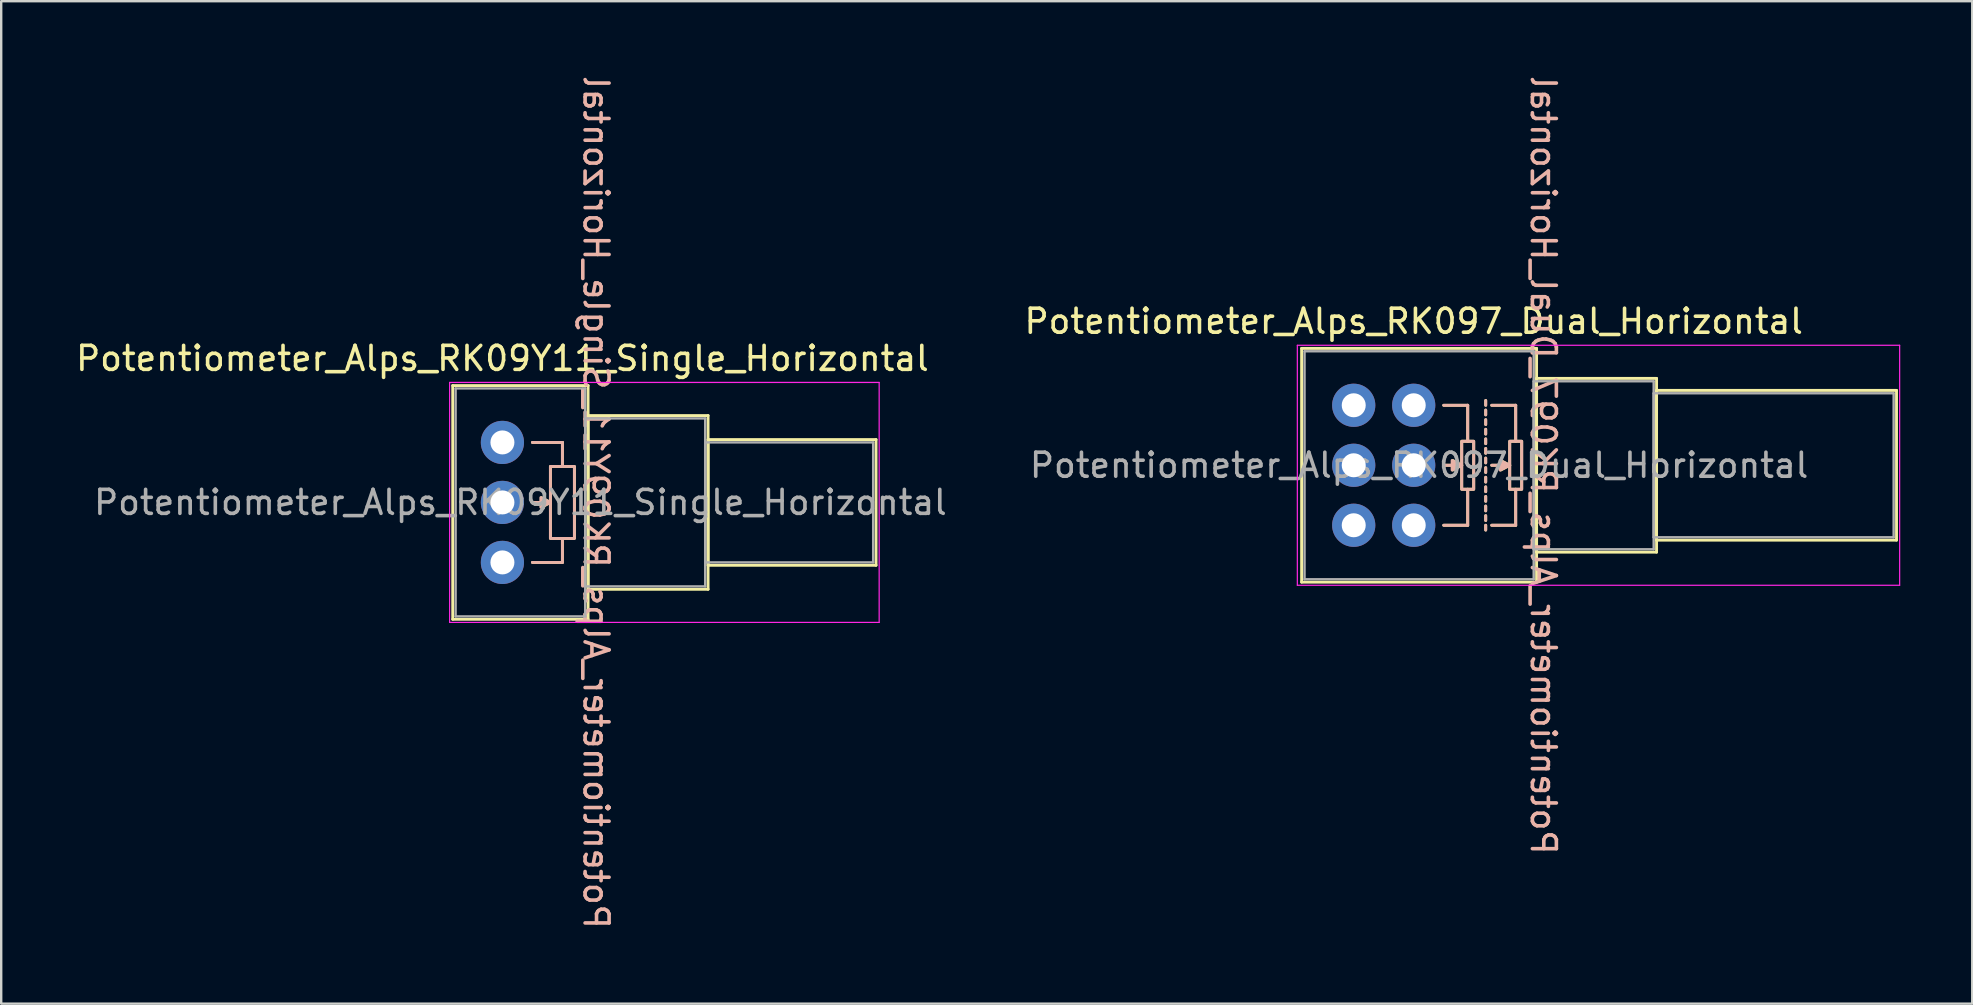
<source format=kicad_pcb>
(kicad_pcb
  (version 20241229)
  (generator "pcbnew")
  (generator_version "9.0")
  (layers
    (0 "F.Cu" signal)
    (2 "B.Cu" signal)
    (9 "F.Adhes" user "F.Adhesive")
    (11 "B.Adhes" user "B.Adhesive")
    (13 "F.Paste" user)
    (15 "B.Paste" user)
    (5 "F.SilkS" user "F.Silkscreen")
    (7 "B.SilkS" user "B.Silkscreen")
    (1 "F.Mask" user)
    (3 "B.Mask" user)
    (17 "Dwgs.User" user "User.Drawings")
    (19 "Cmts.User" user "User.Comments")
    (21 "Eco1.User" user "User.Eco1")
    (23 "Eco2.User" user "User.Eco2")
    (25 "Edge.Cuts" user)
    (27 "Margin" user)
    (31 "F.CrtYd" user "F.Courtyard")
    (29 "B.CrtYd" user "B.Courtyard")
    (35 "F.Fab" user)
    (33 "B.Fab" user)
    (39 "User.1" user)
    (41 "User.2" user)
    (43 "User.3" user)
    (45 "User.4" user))
  (footprint "Potentiometer_Alps_RK097_Dual_Horizontal"
    (layer "F.Cu")
    (at 55.863 18.839)
    (property "Reference" "Potentiometer_Alps_RK097_Dual_Horizontal" (at 0 -8.5 0) (layer "F.SilkS") (effects (font (size 1 1) (thickness 0.15))))
    (attr through_hole)
    (fp_line (start -4.671 -7.37) (end -4.671 2.37) (stroke (width 0.12) (type solid)) (layer "F.SilkS"))
    (fp_line (start -4.671 -7.37) (end 5.12 -7.37) (stroke (width 0.12) (type solid)) (layer "F.SilkS"))
    (fp_line (start -4.671 2.37) (end 5.12 2.37) (stroke (width 0.12) (type solid)) (layer "F.SilkS"))
    (fp_line (start 2 -2.5) (end 1.25 -2.5) (stroke (width 0.12) (type solid)) (layer "F.SilkS"))
    (fp_line (start 2.25 -5) (end 1.25 -5) (stroke (width 0.12) (type solid)) (layer "F.SilkS"))
    (fp_line (start 2.25 -3.5) (end 2.25 -5) (stroke (width 0.12) (type solid)) (layer "F.SilkS"))
    (fp_line (start 2.25 -1.5) (end 2.25 0) (stroke (width 0.12) (type solid)) (layer "F.SilkS"))
    (fp_line (start 2.25 0) (end 1.25 0) (stroke (width 0.12) (type solid)) (layer "F.SilkS"))
    (fp_line (start 3 -5.2) (end 3 -5) (stroke (width 0.12) (type solid)) (layer "F.SilkS"))
    (fp_line (start 3 -4.8) (end 3 -4.6) (stroke (width 0.12) (type solid)) (layer "F.SilkS"))
    (fp_line (start 3 -4.4) (end 3 -4.2) (stroke (width 0.12) (type solid)) (layer "F.SilkS"))
    (fp_line (start 3 -4) (end 3 -3.8) (stroke (width 0.12) (type solid)) (layer "F.SilkS"))
    (fp_line (start 3 -3.6) (end 3 -3.4) (stroke (width 0.12) (type solid)) (layer "F.SilkS"))
    (fp_line (start 3 -3) (end 3 -3.2) (stroke (width 0.12) (type solid)) (layer "F.SilkS"))
    (fp_line (start 3 -2.8) (end 3 -2.6) (stroke (width 0.12) (type solid)) (layer "F.SilkS"))
    (fp_line (start 3 -2.4) (end 3 -2.2) (stroke (width 0.12) (type solid)) (layer "F.SilkS"))
    (fp_line (start 3 -2) (end 3 -1.8) (stroke (width 0.12) (type solid)) (layer "F.SilkS"))
    (fp_line (start 3 -1.6) (end 3 -1.4) (stroke (width 0.12) (type solid)) (layer "F.SilkS"))
    (fp_line (start 3 -1.2) (end 3 -1) (stroke (width 0.12) (type solid)) (layer "F.SilkS"))
    (fp_line (start 3 -0.8) (end 3 -0.6) (stroke (width 0.12) (type solid)) (layer "F.SilkS"))
    (fp_line (start 3 -0.4) (end 3 -0.2) (stroke (width 0.12) (type solid)) (layer "F.SilkS"))
    (fp_line (start 3 0) (end 3 0.2) (stroke (width 0.12) (type solid)) (layer "F.SilkS"))
    (fp_line (start 4 -2.5) (end 3.25 -2.5) (stroke (width 0.12) (type solid)) (layer "F.SilkS"))
    (fp_line (start 4.25 -5) (end 3.25 -5) (stroke (width 0.12) (type solid)) (layer "F.SilkS"))
    (fp_line (start 4.25 -3.5) (end 4.25 -5) (stroke (width 0.12) (type solid)) (layer "F.SilkS"))
    (fp_line (start 4.25 -1.5) (end 4.25 0) (stroke (width 0.12) (type solid)) (layer "F.SilkS"))
    (fp_line (start 4.25 0) (end 3.25 0) (stroke (width 0.12) (type solid)) (layer "F.SilkS"))
    (fp_line (start 5.12 -7.37) (end 5.12 2.37) (stroke (width 0.12) (type solid)) (layer "F.SilkS"))
    (fp_line (start 5.12 -6.12) (end 5.12 1.12) (stroke (width 0.12) (type solid)) (layer "F.SilkS"))
    (fp_line (start 5.12 -6.12) (end 10.12 -6.12) (stroke (width 0.12) (type solid)) (layer "F.SilkS"))
    (fp_line (start 5.12 1.12) (end 10.12 1.12) (stroke (width 0.12) (type solid)) (layer "F.SilkS"))
    (fp_line (start 10.12 -6.12) (end 10.12 1.12) (stroke (width 0.12) (type solid)) (layer "F.SilkS"))
    (fp_line (start 10.12 -5.62) (end 10.12 0.62) (stroke (width 0.12) (type solid)) (layer "F.SilkS"))
    (fp_line (start 10.12 -5.62) (end 20.12 -5.62) (stroke (width 0.12) (type solid)) (layer "F.SilkS"))
    (fp_line (start 10.12 0.62) (end 20.12 0.62) (stroke (width 0.12) (type solid)) (layer "F.SilkS"))
    (fp_line (start 20.12 -5.62) (end 20.12 0.62) (stroke (width 0.12) (type solid)) (layer "F.SilkS"))
    (fp_rect (start 2 -3.5) (end 2.5 -1.5) (stroke (width 0.12) (type solid)) (fill no) (layer "F.SilkS"))
    (fp_rect (start 4 -3.5) (end 4.5 -1.5) (stroke (width 0.12) (type solid)) (fill no) (layer "F.SilkS"))
    (fp_poly (pts (xy 2 -2.5) (xy 1.625 -2.3) (xy 1.625 -2.7)) (stroke (width 0.12) (type solid)) (fill yes) (layer "F.SilkS"))
    (fp_poly (pts (xy 4 -2.5) (xy 3.625 -2.3) (xy 3.625 -2.7)) (stroke (width 0.12) (type solid)) (fill yes) (layer "F.SilkS"))
    (fp_line (start 1.25 -5) (end 2.25 -5) (stroke (width 0.12) (type solid)) (layer "B.SilkS"))
    (fp_line (start 1.25 -2.5) (end 2 -2.5) (stroke (width 0.12) (type solid)) (layer "B.SilkS"))
    (fp_line (start 2.25 -5) (end 2.25 -3.5) (stroke (width 0.12) (type solid)) (layer "B.SilkS"))
    (fp_line (start 2.25 -1.5) (end 2.25 0) (stroke (width 0.12) (type solid)) (layer "B.SilkS"))
    (fp_line (start 2.25 0) (end 1.25 0) (stroke (width 0.12) (type solid)) (layer "B.SilkS"))
    (fp_line (start 3 -5.2) (end 3 -5) (stroke (width 0.12) (type solid)) (layer "B.SilkS"))
    (fp_line (start 3 -4.8) (end 3 -4.6) (stroke (width 0.12) (type solid)) (layer "B.SilkS"))
    (fp_line (start 3 -4.4) (end 3 -4.2) (stroke (width 0.12) (type solid)) (layer "B.SilkS"))
    (fp_line (start 3 -4) (end 3 -3.8) (stroke (width 0.12) (type solid)) (layer "B.SilkS"))
    (fp_line (start 3 -3.6) (end 3 -3.4) (stroke (width 0.12) (type solid)) (layer "B.SilkS"))
    (fp_line (start 3 -3.2) (end 3 -3) (stroke (width 0.12) (type solid)) (layer "B.SilkS"))
    (fp_line (start 3 -2.8) (end 3 -2.6) (stroke (width 0.12) (type solid)) (layer "B.SilkS"))
    (fp_line (start 3 -2.4) (end 3 -2.2) (stroke (width 0.12) (type solid)) (layer "B.SilkS"))
    (fp_line (start 3 -2) (end 3 -1.8) (stroke (width 0.12) (type solid)) (layer "B.SilkS"))
    (fp_line (start 3 -1.6) (end 3 -1.4) (stroke (width 0.12) (type solid)) (layer "B.SilkS"))
    (fp_line (start 3 -1.2) (end 3 -1) (stroke (width 0.12) (type solid)) (layer "B.SilkS"))
    (fp_line (start 3 -0.8) (end 3 -0.6) (stroke (width 0.12) (type solid)) (layer "B.SilkS"))
    (fp_line (start 3 -0.4) (end 3 -0.2) (stroke (width 0.12) (type solid)) (layer "B.SilkS"))
    (fp_line (start 3 0) (end 3 0.2) (stroke (width 0.12) (type solid)) (layer "B.SilkS"))
    (fp_line (start 3.25 -5) (end 4.25 -5) (stroke (width 0.12) (type solid)) (layer "B.SilkS"))
    (fp_line (start 3.25 -2.5) (end 4 -2.5) (stroke (width 0.12) (type solid)) (layer "B.SilkS"))
    (fp_line (start 4.25 -5) (end 4.25 -3.5) (stroke (width 0.12) (type solid)) (layer "B.SilkS"))
    (fp_line (start 4.25 -1.5) (end 4.25 0) (stroke (width 0.12) (type solid)) (layer "B.SilkS"))
    (fp_line (start 4.25 0) (end 3.25 0) (stroke (width 0.12) (type solid)) (layer "B.SilkS"))
    (fp_rect (start 2 -3.5) (end 2.5 -1.5) (stroke (width 0.12) (type solid)) (fill no) (layer "B.SilkS"))
    (fp_rect (start 4 -3.5) (end 4.5 -1.5) (stroke (width 0.12) (type solid)) (fill no) (layer "B.SilkS"))
    (fp_poly (pts (xy 2 -2.5) (xy 1.6 -2.3) (xy 1.6 -2.7)) (stroke (width 0.12) (type solid)) (fill yes) (layer "B.SilkS"))
    (fp_poly (pts (xy 4 -2.5) (xy 3.6 -2.3) (xy 3.6 -2.7)) (stroke (width 0.12) (type solid)) (fill yes) (layer "B.SilkS"))
    (fp_line (start -4.85 -7.5) (end -4.85 2.5) (stroke (width 0.05) (type solid)) (layer "F.CrtYd"))
    (fp_line (start -4.85 2.5) (end 20.25 2.5) (stroke (width 0.05) (type solid)) (layer "F.CrtYd"))
    (fp_line (start 20.25 -7.5) (end -4.85 -7.5) (stroke (width 0.05) (type solid)) (layer "F.CrtYd"))
    (fp_line (start 20.25 2.5) (end 20.25 -7.5) (stroke (width 0.05) (type solid)) (layer "F.CrtYd"))
    (fp_line (start -4.55 -7.25) (end -4.55 2.25) (stroke (width 0.1) (type solid)) (layer "F.Fab"))
    (fp_line (start -4.55 2.25) (end 5 2.25) (stroke (width 0.1) (type solid)) (layer "F.Fab"))
    (fp_line (start 5 -7.25) (end -4.55 -7.25) (stroke (width 0.1) (type solid)) (layer "F.Fab"))
    (fp_line (start 5 -6) (end 5 1) (stroke (width 0.1) (type solid)) (layer "F.Fab"))
    (fp_line (start 5 1) (end 10 1) (stroke (width 0.1) (type solid)) (layer "F.Fab"))
    (fp_line (start 5 2.25) (end 5 -7.25) (stroke (width 0.1) (type solid)) (layer "F.Fab"))
    (fp_line (start 10 -6) (end 5 -6) (stroke (width 0.1) (type solid)) (layer "F.Fab"))
    (fp_line (start 10 -5.5) (end 10 0.5) (stroke (width 0.1) (type solid)) (layer "F.Fab"))
    (fp_line (start 10 0.5) (end 20 0.5) (stroke (width 0.1) (type solid)) (layer "F.Fab"))
    (fp_line (start 10 1) (end 10 -6) (stroke (width 0.1) (type solid)) (layer "F.Fab"))
    (fp_line (start 20 -5.5) (end 10 -5.5) (stroke (width 0.1) (type solid)) (layer "F.Fab"))
    (fp_line (start 20 0.5) (end 20 -5.5) (stroke (width 0.1) (type solid)) (layer "F.Fab"))
    (fp_text user "${REFERENCE}" (at 5.4 -2.5 270) (unlocked yes) (layer "B.SilkS") (effects (font (size 1 1) (thickness 0.15)) (justify mirror)))
    (fp_text user "${REFERENCE}" (at 0.225 -2.5 0) (layer "F.Fab") (effects (font (size 1 1) (thickness 0.15))))
    (pad "1" thru_hole circle (at 0 0) (size 1.8 1.8) (drill 1) (layers "*.Cu" "*.Mask"))
    (pad "2" thru_hole circle (at 0 -2.5) (size 1.8 1.8) (drill 1) (layers "*.Cu" "*.Mask"))
    (pad "3" thru_hole circle (at 0 -5) (size 1.8 1.8) (drill 1) (layers "*.Cu" "*.Mask"))
    (pad "4" thru_hole circle (at -2.5 0) (size 1.8 1.8) (drill 1) (layers "*.Cu" "*.Mask"))
    (pad "5" thru_hole circle (at -2.5 -2.5) (size 1.8 1.8) (drill 1) (layers "*.Cu" "*.Mask"))
    (pad "6" thru_hole circle (at -2.5 -5) (size 1.8 1.8) (drill 1) (layers "*.Cu" "*.Mask")))
  (footprint "Potentiometer_Alps_RK09Y11_Single_Horizontal"
    (layer "F.Cu")
    (at 17.887 20.387)
    (property "Reference" "Potentiometer_Alps_RK09Y11_Single_Horizontal" (at 0 -8.5 0) (layer "F.SilkS") (effects (font (size 1 1) (thickness 0.15))))
    (attr through_hole)
    (fp_line (start -2.071 -7.37) (end -2.071 2.37) (stroke (width 0.12) (type solid)) (layer "F.SilkS"))
    (fp_line (start -2.071 -7.37) (end 3.57 -7.37) (stroke (width 0.12) (type solid)) (layer "F.SilkS"))
    (fp_line (start -2.071 2.37) (end 3.57 2.37) (stroke (width 0.12) (type solid)) (layer "F.SilkS"))
    (fp_line (start 2 -2.5) (end 1.25 -2.5) (stroke (width 0.12) (type solid)) (layer "F.SilkS"))
    (fp_line (start 2.5 -5) (end 1.25 -5) (stroke (width 0.12) (type solid)) (layer "F.SilkS"))
    (fp_line (start 2.5 -4) (end 2.5 -5) (stroke (width 0.12) (type solid)) (layer "F.SilkS"))
    (fp_line (start 2.5 -1) (end 2.5 0) (stroke (width 0.12) (type solid)) (layer "F.SilkS"))
    (fp_line (start 2.5 0) (end 1.25 0) (stroke (width 0.12) (type solid)) (layer "F.SilkS"))
    (fp_line (start 3.57 -7.37) (end 3.57 2.37) (stroke (width 0.12) (type solid)) (layer "F.SilkS"))
    (fp_line (start 3.57 -6.12) (end 3.57 1.12) (stroke (width 0.12) (type solid)) (layer "F.SilkS"))
    (fp_line (start 3.57 -6.12) (end 8.57 -6.12) (stroke (width 0.12) (type solid)) (layer "F.SilkS"))
    (fp_line (start 3.57 1.12) (end 8.57 1.12) (stroke (width 0.12) (type solid)) (layer "F.SilkS"))
    (fp_line (start 8.57 -6.12) (end 8.57 1.12) (stroke (width 0.12) (type solid)) (layer "F.SilkS"))
    (fp_line (start 8.57 -5.12) (end 8.57 0.12) (stroke (width 0.12) (type solid)) (layer "F.SilkS"))
    (fp_line (start 8.57 -5.12) (end 15.57 -5.12) (stroke (width 0.12) (type solid)) (layer "F.SilkS"))
    (fp_line (start 8.57 0.12) (end 15.57 0.12) (stroke (width 0.12) (type solid)) (layer "F.SilkS"))
    (fp_line (start 15.57 -5.12) (end 15.57 0.12) (stroke (width 0.12) (type solid)) (layer "F.SilkS"))
    (fp_rect (start 2 -4) (end 3 -1) (stroke (width 0.12) (type solid)) (fill no) (layer "F.SilkS"))
    (fp_poly (pts (xy 2 -2.5) (xy 1.625 -2.3) (xy 1.625 -2.7)) (stroke (width 0.12) (type solid)) (fill yes) (layer "F.SilkS"))
    (fp_line (start 1.25 -5) (end 2.5 -5) (stroke (width 0.12) (type solid)) (layer "B.SilkS"))
    (fp_line (start 1.25 -2.5) (end 2 -2.5) (stroke (width 0.12) (type solid)) (layer "B.SilkS"))
    (fp_line (start 1.25 0) (end 2.5 0) (stroke (width 0.12) (type solid)) (layer "B.SilkS"))
    (fp_line (start 2.5 -5) (end 2.5 -4) (stroke (width 0.12) (type solid)) (layer "B.SilkS"))
    (fp_line (start 2.5 0) (end 2.5 -1) (stroke (width 0.12) (type solid)) (layer "B.SilkS"))
    (fp_rect (start 2 -4) (end 3 -1) (stroke (width 0.12) (type solid)) (fill no) (layer "B.SilkS"))
    (fp_poly (pts (xy 2 -2.5) (xy 1.6 -2.3) (xy 1.6 -2.7)) (stroke (width 0.12) (type solid)) (fill yes) (layer "B.SilkS"))
    (fp_line (start -2.2 -7.5) (end -2.2 2.5) (stroke (width 0.05) (type solid)) (layer "F.CrtYd"))
    (fp_line (start -2.2 2.5) (end 15.7 2.5) (stroke (width 0.05) (type solid)) (layer "F.CrtYd"))
    (fp_line (start 15.7 -7.5) (end -2.2 -7.5) (stroke (width 0.05) (type solid)) (layer "F.CrtYd"))
    (fp_line (start 15.7 2.5) (end 15.7 -7.5) (stroke (width 0.05) (type solid)) (layer "F.CrtYd"))
    (fp_line (start -1.95 -7.25) (end -1.95 2.25) (stroke (width 0.1) (type solid)) (layer "F.Fab"))
    (fp_line (start -1.95 2.25) (end 3.45 2.25) (stroke (width 0.1) (type solid)) (layer "F.Fab"))
    (fp_line (start 3.45 -7.25) (end -1.95 -7.25) (stroke (width 0.1) (type solid)) (layer "F.Fab"))
    (fp_line (start 3.45 -6) (end 3.45 1) (stroke (width 0.1) (type solid)) (layer "F.Fab"))
    (fp_line (start 3.45 1) (end 8.45 1) (stroke (width 0.1) (type solid)) (layer "F.Fab"))
    (fp_line (start 3.45 2.25) (end 3.45 -7.25) (stroke (width 0.1) (type solid)) (layer "F.Fab"))
    (fp_line (start 8.45 -6) (end 3.45 -6) (stroke (width 0.1) (type solid)) (layer "F.Fab"))
    (fp_line (start 8.45 -5) (end 8.45 0) (stroke (width 0.1) (type solid)) (layer "F.Fab"))
    (fp_line (start 8.45 0) (end 15.45 0) (stroke (width 0.1) (type solid)) (layer "F.Fab"))
    (fp_line (start 8.45 1) (end 8.45 -6) (stroke (width 0.1) (type solid)) (layer "F.Fab"))
    (fp_line (start 15.45 -5) (end 8.45 -5) (stroke (width 0.1) (type solid)) (layer "F.Fab"))
    (fp_line (start 15.45 0) (end 15.45 -5) (stroke (width 0.1) (type solid)) (layer "F.Fab"))
    (fp_text user "${REFERENCE}" (at 3.9 -2.5 270) (unlocked yes) (layer "B.SilkS") (effects (font (size 1 1) (thickness 0.15)) (justify mirror)))
    (fp_text user "${REFERENCE}" (at 0.75 -2.5 0) (layer "F.Fab") (effects (font (size 1 1) (thickness 0.15))))
    (pad "1" thru_hole circle (at 0 0) (size 1.8 1.8) (drill 1) (layers "*.Cu" "*.Mask"))
    (pad "2" thru_hole circle (at 0 -2.5) (size 1.8 1.8) (drill 1) (layers "*.Cu" "*.Mask"))
    (pad "3" thru_hole circle (at 0 -5) (size 1.8 1.8) (drill 1) (layers "*.Cu" "*.Mask")))
  (gr_rect
    (start -3 -3)
    (end 79.138 38.774)
    (stroke (width 0.1) (type default))
    (fill no)
    (layer "Edge.Cuts")))
</source>
